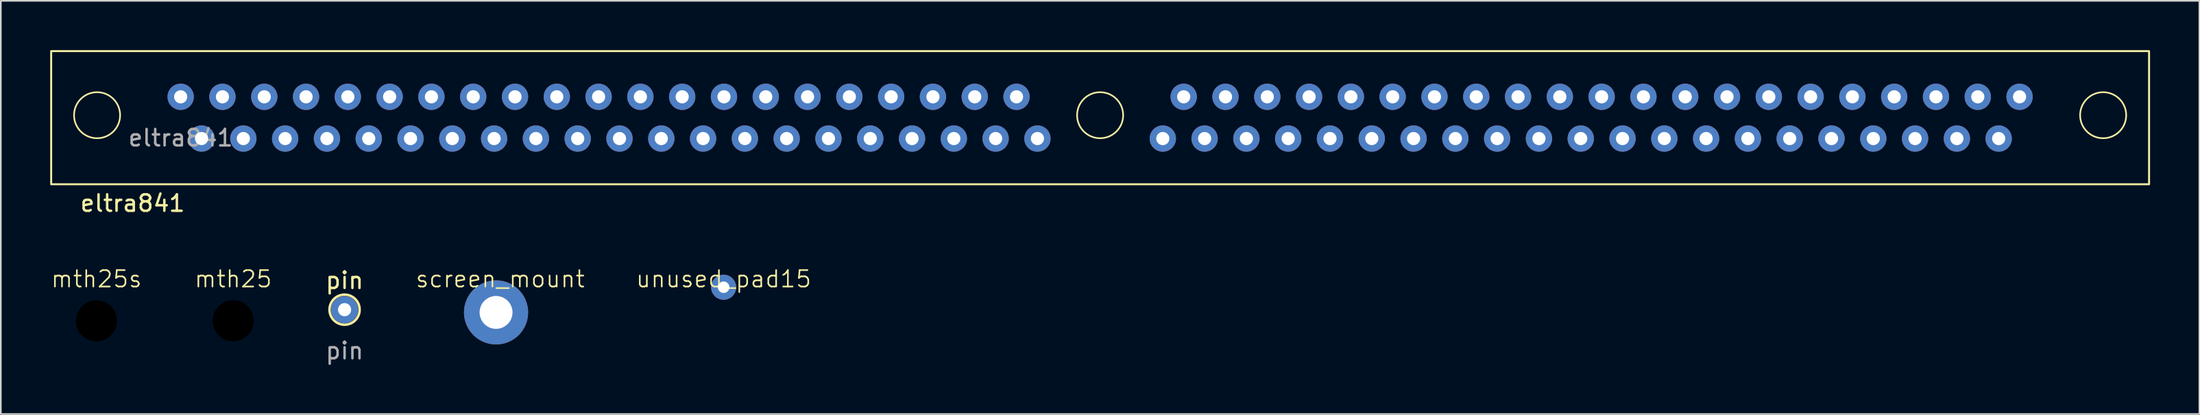
<source format=kicad_pcb>
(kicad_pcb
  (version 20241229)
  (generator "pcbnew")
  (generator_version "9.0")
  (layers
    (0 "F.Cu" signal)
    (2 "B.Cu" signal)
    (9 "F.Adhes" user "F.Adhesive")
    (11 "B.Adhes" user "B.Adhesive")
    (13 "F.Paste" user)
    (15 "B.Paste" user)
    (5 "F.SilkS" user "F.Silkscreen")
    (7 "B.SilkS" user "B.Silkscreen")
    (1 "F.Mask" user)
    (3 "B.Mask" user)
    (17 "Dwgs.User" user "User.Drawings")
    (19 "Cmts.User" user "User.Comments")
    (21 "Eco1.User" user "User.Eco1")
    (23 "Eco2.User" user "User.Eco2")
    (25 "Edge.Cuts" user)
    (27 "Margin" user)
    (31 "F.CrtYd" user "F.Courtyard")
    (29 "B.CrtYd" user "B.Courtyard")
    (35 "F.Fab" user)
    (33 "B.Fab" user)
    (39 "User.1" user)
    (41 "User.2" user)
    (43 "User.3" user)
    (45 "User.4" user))
  (footprint "screen_mount"
    (layer "F.Cu")
    (at 27.098 15.958)
    (property "Reference" "screen_mount" (at 0.254 -2.032 0) (unlocked yes) (layer "F.SilkS") (effects (font (size 1 1) (thickness 0.1))))
    (attr through_hole board_only exclude_from_bom)
    (pad "1" thru_hole circle (at 0 0) (size 3.9 3.9) (drill 2) (layers "*.Cu" "*.Mask")))
  (footprint "mth25s"
    (layer "F.Cu")
    (at 2.812 16.466)
    (property "Reference" "mth25s" (at 0 -2.54 0) (unlocked yes) (layer "F.SilkS") (effects (font (size 1 1) (thickness 0.1))))
    (attr through_hole board_only exclude_from_bom)
    (pad "" np_thru_hole circle (at 0 0) (size 3.2 3.2) (drill 2.5) (layers "*.Mask")))
  (footprint "eltra841"
    (layer "F.Cu")
    (at 7.93 2.84)
    (property "Reference" "eltra841" (at -2.921 6.477 0) (unlocked yes) (layer "F.SilkS") (effects (font (size 1 1) (thickness 0.15))))
    (attr through_hole)
    (fp_rect (start -7.87 -2.78) (end 119.63 5.32) (stroke (width 0.12) (type default)) (fill no) (layer "F.SilkS"))
    (fp_circle (center -5.08 1.12) (end -3.68 1.12) (stroke (width 0.1) (type default)) (fill no) (layer "F.SilkS"))
    (fp_circle (center 55.88 1.12) (end 57.28 1.12) (stroke (width 0.1) (type default)) (fill no) (layer "F.SilkS"))
    (fp_circle (center 116.84 1.12) (end 118.24 1.12) (stroke (width 0.1) (type default)) (fill no) (layer "F.SilkS"))
    (fp_text user "${REFERENCE}" (at 0 2.5 0) (unlocked yes) (layer "F.Fab") (effects (font (size 1 1) (thickness 0.15))))
    (pad "1" thru_hole circle (at 0 0) (size 1.6 1.6) (drill 0.8) (layers "*.Cu" "*.Mask"))
    (pad "2" thru_hole circle (at 1.27 2.54) (size 1.6 1.6) (drill 0.8) (layers "*.Cu" "*.Mask"))
    (pad "3" thru_hole circle (at 2.54 0) (size 1.6 1.6) (drill 0.8) (layers "*.Cu" "*.Mask"))
    (pad "4" thru_hole circle (at 3.81 2.54) (size 1.6 1.6) (drill 0.8) (layers "*.Cu" "*.Mask"))
    (pad "5" thru_hole circle (at 5.08 0) (size 1.6 1.6) (drill 0.8) (layers "*.Cu" "*.Mask"))
    (pad "6" thru_hole circle (at 6.35 2.54) (size 1.6 1.6) (drill 0.8) (layers "*.Cu" "*.Mask"))
    (pad "7" thru_hole circle (at 7.62 0) (size 1.6 1.6) (drill 0.8) (layers "*.Cu" "*.Mask"))
    (pad "8" thru_hole circle (at 8.89 2.54) (size 1.6 1.6) (drill 0.8) (layers "*.Cu" "*.Mask"))
    (pad "9" thru_hole circle (at 10.16 0) (size 1.6 1.6) (drill 0.8) (layers "*.Cu" "*.Mask"))
    (pad "10" thru_hole circle (at 11.43 2.54) (size 1.6 1.6) (drill 0.8) (layers "*.Cu" "*.Mask"))
    (pad "11" thru_hole circle (at 12.7 0) (size 1.6 1.6) (drill 0.8) (layers "*.Cu" "*.Mask"))
    (pad "12" thru_hole circle (at 13.97 2.54) (size 1.6 1.6) (drill 0.8) (layers "*.Cu" "*.Mask"))
    (pad "13" thru_hole circle (at 15.24 0) (size 1.6 1.6) (drill 0.8) (layers "*.Cu" "*.Mask"))
    (pad "14" thru_hole circle (at 16.51 2.54) (size 1.6 1.6) (drill 0.8) (layers "*.Cu" "*.Mask"))
    (pad "15" thru_hole circle (at 17.78 0) (size 1.6 1.6) (drill 0.8) (layers "*.Cu" "*.Mask"))
    (pad "16" thru_hole circle (at 19.05 2.54) (size 1.6 1.6) (drill 0.8) (layers "*.Cu" "*.Mask"))
    (pad "17" thru_hole circle (at 20.32 0) (size 1.6 1.6) (drill 0.8) (layers "*.Cu" "*.Mask"))
    (pad "18" thru_hole circle (at 21.59 2.54) (size 1.6 1.6) (drill 0.8) (layers "*.Cu" "*.Mask"))
    (pad "19" thru_hole circle (at 22.86 0) (size 1.6 1.6) (drill 0.8) (layers "*.Cu" "*.Mask"))
    (pad "20" thru_hole circle (at 24.13 2.54) (size 1.6 1.6) (drill 0.8) (layers "*.Cu" "*.Mask"))
    (pad "21" thru_hole circle (at 25.4 0) (size 1.6 1.6) (drill 0.8) (layers "*.Cu" "*.Mask"))
    (pad "22" thru_hole circle (at 26.67 2.54) (size 1.6 1.6) (drill 0.8) (layers "*.Cu" "*.Mask"))
    (pad "23" thru_hole circle (at 27.94 0) (size 1.6 1.6) (drill 0.8) (layers "*.Cu" "*.Mask"))
    (pad "24" thru_hole circle (at 29.21 2.54) (size 1.6 1.6) (drill 0.8) (layers "*.Cu" "*.Mask"))
    (pad "25" thru_hole circle (at 30.48 0) (size 1.6 1.6) (drill 0.8) (layers "*.Cu" "*.Mask"))
    (pad "26" thru_hole circle (at 31.75 2.54) (size 1.6 1.6) (drill 0.8) (layers "*.Cu" "*.Mask"))
    (pad "27" thru_hole circle (at 33.02 0) (size 1.6 1.6) (drill 0.8) (layers "*.Cu" "*.Mask"))
    (pad "28" thru_hole circle (at 34.29 2.54) (size 1.6 1.6) (drill 0.8) (layers "*.Cu" "*.Mask"))
    (pad "29" thru_hole circle (at 35.56 0) (size 1.6 1.6) (drill 0.8) (layers "*.Cu" "*.Mask"))
    (pad "30" thru_hole circle (at 36.83 2.54) (size 1.6 1.6) (drill 0.8) (layers "*.Cu" "*.Mask"))
    (pad "31" thru_hole circle (at 38.1 0) (size 1.6 1.6) (drill 0.8) (layers "*.Cu" "*.Mask"))
    (pad "32" thru_hole circle (at 39.37 2.54) (size 1.6 1.6) (drill 0.8) (layers "*.Cu" "*.Mask"))
    (pad "33" thru_hole circle (at 40.64 0) (size 1.6 1.6) (drill 0.8) (layers "*.Cu" "*.Mask"))
    (pad "34" thru_hole circle (at 41.91 2.54) (size 1.6 1.6) (drill 0.8) (layers "*.Cu" "*.Mask"))
    (pad "35" thru_hole circle (at 43.18 0) (size 1.6 1.6) (drill 0.8) (layers "*.Cu" "*.Mask"))
    (pad "36" thru_hole circle (at 44.45 2.54) (size 1.6 1.6) (drill 0.8) (layers "*.Cu" "*.Mask"))
    (pad "37" thru_hole circle (at 45.72 0) (size 1.6 1.6) (drill 0.8) (layers "*.Cu" "*.Mask"))
    (pad "38" thru_hole circle (at 46.99 2.54) (size 1.6 1.6) (drill 0.8) (layers "*.Cu" "*.Mask"))
    (pad "39" thru_hole circle (at 48.26 0) (size 1.6 1.6) (drill 0.8) (layers "*.Cu" "*.Mask"))
    (pad "40" thru_hole circle (at 49.53 2.54) (size 1.6 1.6) (drill 0.8) (layers "*.Cu" "*.Mask"))
    (pad "41" thru_hole circle (at 50.8 0) (size 1.6 1.6) (drill 0.8) (layers "*.Cu" "*.Mask"))
    (pad "42" thru_hole circle (at 52.07 2.54) (size 1.6 1.6) (drill 0.8) (layers "*.Cu" "*.Mask"))
    (pad "43" thru_hole circle (at 60.96 0) (size 1.6 1.6) (drill 0.8) (layers "*.Cu" "*.Mask"))
    (pad "44" thru_hole circle (at 59.69 2.54) (size 1.6 1.6) (drill 0.8) (layers "*.Cu" "*.Mask"))
    (pad "45" thru_hole circle (at 63.5 0) (size 1.6 1.6) (drill 0.8) (layers "*.Cu" "*.Mask"))
    (pad "46" thru_hole circle (at 62.23 2.54) (size 1.6 1.6) (drill 0.8) (layers "*.Cu" "*.Mask"))
    (pad "47" thru_hole circle (at 66.04 0) (size 1.6 1.6) (drill 0.8) (layers "*.Cu" "*.Mask"))
    (pad "48" thru_hole circle (at 64.77 2.54) (size 1.6 1.6) (drill 0.8) (layers "*.Cu" "*.Mask"))
    (pad "49" thru_hole circle (at 68.58 0) (size 1.6 1.6) (drill 0.8) (layers "*.Cu" "*.Mask"))
    (pad "50" thru_hole circle (at 67.31 2.54) (size 1.6 1.6) (drill 0.8) (layers "*.Cu" "*.Mask"))
    (pad "51" thru_hole circle (at 71.12 0) (size 1.6 1.6) (drill 0.8) (layers "*.Cu" "*.Mask"))
    (pad "52" thru_hole circle (at 69.85 2.54) (size 1.6 1.6) (drill 0.8) (layers "*.Cu" "*.Mask"))
    (pad "53" thru_hole circle (at 73.66 0) (size 1.6 1.6) (drill 0.8) (layers "*.Cu" "*.Mask"))
    (pad "54" thru_hole circle (at 72.39 2.54) (size 1.6 1.6) (drill 0.8) (layers "*.Cu" "*.Mask"))
    (pad "55" thru_hole circle (at 76.2 0) (size 1.6 1.6) (drill 0.8) (layers "*.Cu" "*.Mask"))
    (pad "56" thru_hole circle (at 74.93 2.54) (size 1.6 1.6) (drill 0.8) (layers "*.Cu" "*.Mask"))
    (pad "57" thru_hole circle (at 78.74 0) (size 1.6 1.6) (drill 0.8) (layers "*.Cu" "*.Mask"))
    (pad "58" thru_hole circle (at 77.47 2.54) (size 1.6 1.6) (drill 0.8) (layers "*.Cu" "*.Mask"))
    (pad "59" thru_hole circle (at 81.28 0) (size 1.6 1.6) (drill 0.8) (layers "*.Cu" "*.Mask"))
    (pad "60" thru_hole circle (at 80.01 2.54) (size 1.6 1.6) (drill 0.8) (layers "*.Cu" "*.Mask"))
    (pad "61" thru_hole circle (at 83.82 0) (size 1.6 1.6) (drill 0.8) (layers "*.Cu" "*.Mask"))
    (pad "62" thru_hole circle (at 82.55 2.54) (size 1.6 1.6) (drill 0.8) (layers "*.Cu" "*.Mask"))
    (pad "63" thru_hole circle (at 86.36 0) (size 1.6 1.6) (drill 0.8) (layers "*.Cu" "*.Mask"))
    (pad "64" thru_hole circle (at 85.09 2.54) (size 1.6 1.6) (drill 0.8) (layers "*.Cu" "*.Mask"))
    (pad "65" thru_hole circle (at 88.9 0) (size 1.6 1.6) (drill 0.8) (layers "*.Cu" "*.Mask"))
    (pad "66" thru_hole circle (at 87.63 2.54) (size 1.6 1.6) (drill 0.8) (layers "*.Cu" "*.Mask"))
    (pad "67" thru_hole circle (at 91.44 0) (size 1.6 1.6) (drill 0.8) (layers "*.Cu" "*.Mask"))
    (pad "68" thru_hole circle (at 90.17 2.54) (size 1.6 1.6) (drill 0.8) (layers "*.Cu" "*.Mask"))
    (pad "69" thru_hole circle (at 93.98 0) (size 1.6 1.6) (drill 0.8) (layers "*.Cu" "*.Mask"))
    (pad "70" thru_hole circle (at 92.71 2.54) (size 1.6 1.6) (drill 0.8) (layers "*.Cu" "*.Mask"))
    (pad "71" thru_hole circle (at 96.52 0) (size 1.6 1.6) (drill 0.8) (layers "*.Cu" "*.Mask"))
    (pad "72" thru_hole circle (at 95.25 2.54) (size 1.6 1.6) (drill 0.8) (layers "*.Cu" "*.Mask"))
    (pad "73" thru_hole circle (at 99.06 0) (size 1.6 1.6) (drill 0.8) (layers "*.Cu" "*.Mask"))
    (pad "74" thru_hole circle (at 97.79 2.54) (size 1.6 1.6) (drill 0.8) (layers "*.Cu" "*.Mask"))
    (pad "75" thru_hole circle (at 101.6 0) (size 1.6 1.6) (drill 0.8) (layers "*.Cu" "*.Mask"))
    (pad "76" thru_hole circle (at 100.33 2.54) (size 1.6 1.6) (drill 0.8) (layers "*.Cu" "*.Mask"))
    (pad "77" thru_hole circle (at 104.14 0) (size 1.6 1.6) (drill 0.8) (layers "*.Cu" "*.Mask"))
    (pad "78" thru_hole circle (at 102.87 2.54) (size 1.6 1.6) (drill 0.8) (layers "*.Cu" "*.Mask"))
    (pad "79" thru_hole circle (at 106.68 0) (size 1.6 1.6) (drill 0.8) (layers "*.Cu" "*.Mask"))
    (pad "80" thru_hole circle (at 105.41 2.54) (size 1.6 1.6) (drill 0.8) (layers "*.Cu" "*.Mask"))
    (pad "81" thru_hole circle (at 109.22 0) (size 1.6 1.6) (drill 0.8) (layers "*.Cu" "*.Mask"))
    (pad "82" thru_hole circle (at 107.95 2.54) (size 1.6 1.6) (drill 0.8) (layers "*.Cu" "*.Mask"))
    (pad "83" thru_hole circle (at 111.76 0) (size 1.6 1.6) (drill 0.8) (layers "*.Cu" "*.Mask"))
    (pad "84" thru_hole circle (at 110.49 2.54) (size 1.6 1.6) (drill 0.8) (layers "*.Cu" "*.Mask")))
  (footprint "pin"
    (layer "F.Cu")
    (at 17.892 15.791)
    (property "Reference" "pin" (at 0 -1.778 0) (unlocked yes) (layer "F.SilkS") (effects (font (size 1 1) (thickness 0.15))))
    (attr through_hole)
    (fp_circle (center 0 0) (end 0.916 0) (stroke (width 0.15) (type default)) (fill no) (layer "F.SilkS"))
    (fp_text user "${REFERENCE}" (at 0 2.5 0) (unlocked yes) (layer "F.Fab") (effects (font (size 1 1) (thickness 0.15))))
    (pad "1" thru_hole circle (at 0 0) (size 1.65 1.65) (drill 0.8) (layers "*.Cu" "*.Mask")))
  (footprint "unused_pad15"
    (layer "F.Cu")
    (at 40.929 14.426)
    (property "Reference" "unused_pad15" (at 0 -0.5 0) (unlocked yes) (layer "F.SilkS") (effects (font (size 1 1) (thickness 0.1))))
    (attr through_hole board_only exclude_from_bom)
    (pad "1" thru_hole circle (at 0 0) (size 1.524 1.524) (drill 0.7) (layers "*.Cu" "*.Mask")))
  (footprint "mth25"
    (layer "F.Cu")
    (at 11.124 16.466)
    (property "Reference" "mth25" (at 0 -2.54 0) (unlocked yes) (layer "F.SilkS") (effects (font (size 1 1) (thickness 0.1))))
    (attr through_hole board_only exclude_from_bom)
    (pad "" np_thru_hole circle (at 0 0) (size 5 5) (drill 2.5) (layers "*.Mask")))
  (gr_rect
    (start -3 -3)
    (end 130.62 22.14)
    (stroke (width 0.1) (type default))
    (fill no)
    (layer "Edge.Cuts")))
</source>
